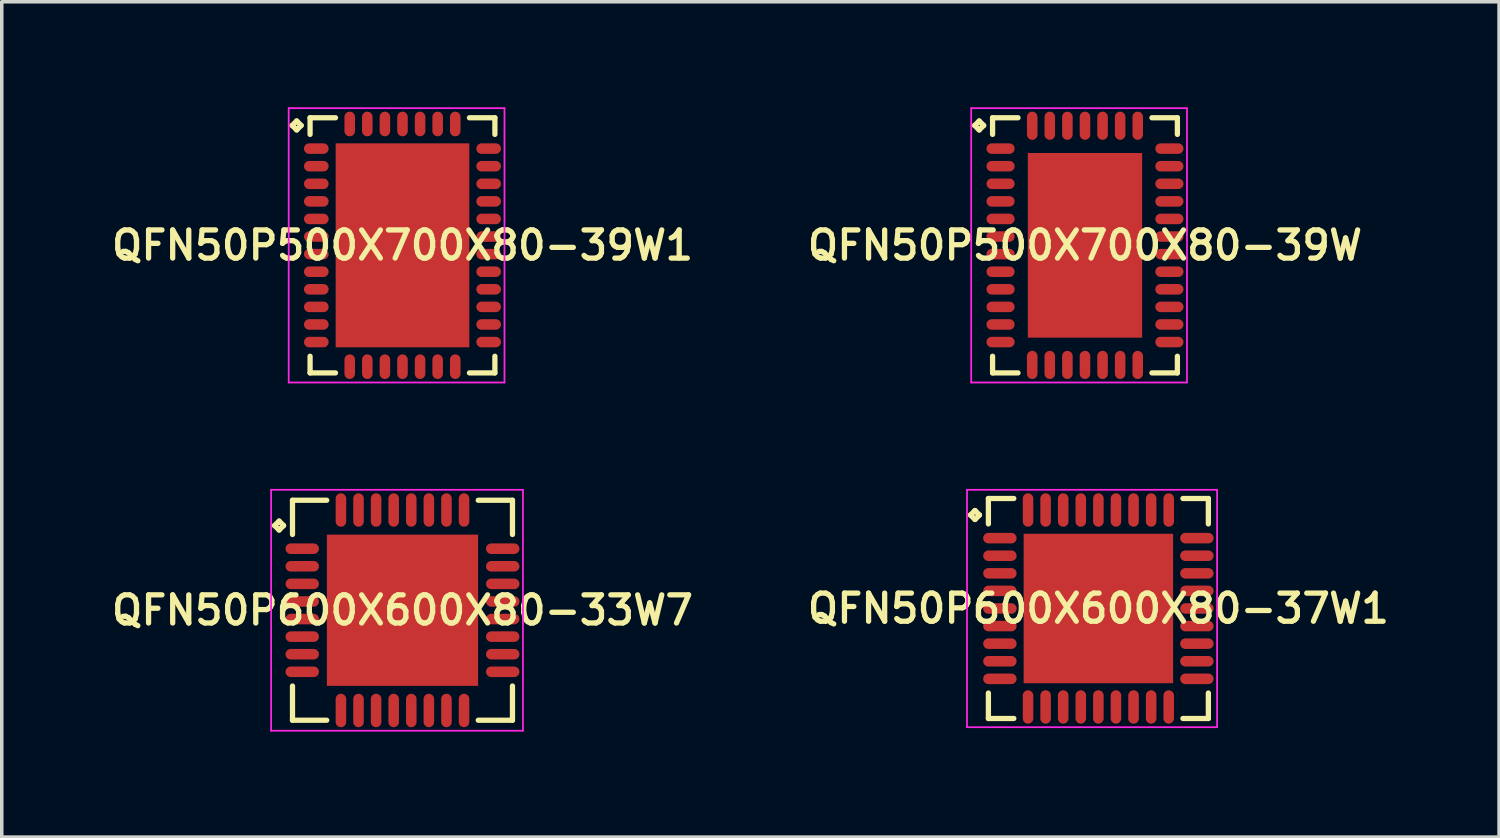
<source format=kicad_pcb>
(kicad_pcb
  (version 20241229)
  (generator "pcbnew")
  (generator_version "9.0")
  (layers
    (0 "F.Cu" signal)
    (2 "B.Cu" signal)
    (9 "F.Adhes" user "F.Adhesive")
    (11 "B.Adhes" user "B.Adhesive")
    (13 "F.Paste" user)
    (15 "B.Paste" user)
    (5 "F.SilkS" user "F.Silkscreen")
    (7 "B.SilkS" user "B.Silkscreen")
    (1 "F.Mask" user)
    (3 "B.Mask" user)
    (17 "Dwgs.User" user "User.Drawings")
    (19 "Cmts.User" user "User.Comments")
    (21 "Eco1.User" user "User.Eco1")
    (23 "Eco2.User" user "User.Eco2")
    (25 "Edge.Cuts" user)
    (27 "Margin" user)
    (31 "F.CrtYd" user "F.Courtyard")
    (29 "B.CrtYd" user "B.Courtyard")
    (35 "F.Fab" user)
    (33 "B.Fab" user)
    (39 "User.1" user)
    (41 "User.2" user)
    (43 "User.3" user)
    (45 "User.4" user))
  (footprint "QFN50P500X700X80-39W"
    (layer "F.Cu")
    (at 27.797 3.925)
    (property "Reference" "QFN50P500X700X80-39W" (at 0 0 0) (layer "F.SilkS") (effects (font (size 0.8 0.8) (thickness 0.15))))
    (attr smd)
    (fp_line (start -3.135 -3.408) (end -3.008 -3.535) (stroke (width 0.15) (type solid)) (layer "F.SilkS"))
    (fp_line (start -3.008 -3.535) (end -2.881 -3.408) (stroke (width 0.15) (type solid)) (layer "F.SilkS"))
    (fp_line (start -3.008 -3.281) (end -3.135 -3.408) (stroke (width 0.15) (type solid)) (layer "F.SilkS"))
    (fp_line (start -2.881 -3.408) (end -3.008 -3.281) (stroke (width 0.15) (type solid)) (layer "F.SilkS"))
    (fp_line (start -2.627 -3.627) (end -1.904 -3.627) (stroke (width 0.15) (type solid)) (layer "F.SilkS"))
    (fp_line (start -2.627 -3.154) (end -2.627 -3.627) (stroke (width 0.15) (type solid)) (layer "F.SilkS"))
    (fp_line (start -2.627 3.154) (end -2.627 3.627) (stroke (width 0.15) (type solid)) (layer "F.SilkS"))
    (fp_line (start -2.627 3.627) (end -1.904 3.627) (stroke (width 0.15) (type solid)) (layer "F.SilkS"))
    (fp_line (start 1.904 -3.627) (end 2.627 -3.627) (stroke (width 0.15) (type solid)) (layer "F.SilkS"))
    (fp_line (start 1.904 3.627) (end 2.627 3.627) (stroke (width 0.15) (type solid)) (layer "F.SilkS"))
    (fp_line (start 2.627 -3.627) (end 2.627 -3.154) (stroke (width 0.15) (type solid)) (layer "F.SilkS"))
    (fp_line (start 2.627 3.627) (end 2.627 3.154) (stroke (width 0.15) (type solid)) (layer "F.SilkS"))
    (fp_line (start -3.235 -3.9) (end 2.9 -3.9) (stroke (width 0.05) (type solid)) (layer "F.CrtYd"))
    (fp_line (start -3.235 3.9) (end -3.235 -3.9) (stroke (width 0.05) (type solid)) (layer "F.CrtYd"))
    (fp_line (start 2.9 -3.9) (end 2.9 3.9) (stroke (width 0.05) (type solid)) (layer "F.CrtYd"))
    (fp_line (start 2.9 3.9) (end -3.235 3.9) (stroke (width 0.05) (type solid)) (layer "F.CrtYd"))
    (pad "1" smd oval (at -2.4 -2.75) (size 0.8 0.3) (layers "F.Cu" "F.Mask" "F.Paste"))
    (pad "2" smd oval (at -2.4 -2.25) (size 0.8 0.3) (layers "F.Cu" "F.Mask" "F.Paste"))
    (pad "3" smd oval (at -2.4 -1.75) (size 0.8 0.3) (layers "F.Cu" "F.Mask" "F.Paste"))
    (pad "4" smd oval (at -2.4 -1.25) (size 0.8 0.3) (layers "F.Cu" "F.Mask" "F.Paste"))
    (pad "5" smd oval (at -2.4 -0.75) (size 0.8 0.3) (layers "F.Cu" "F.Mask" "F.Paste"))
    (pad "6" smd oval (at -2.4 -0.25) (size 0.8 0.3) (layers "F.Cu" "F.Mask" "F.Paste"))
    (pad "7" smd oval (at -2.4 0.25) (size 0.8 0.3) (layers "F.Cu" "F.Mask" "F.Paste"))
    (pad "8" smd oval (at -2.4 0.75) (size 0.8 0.3) (layers "F.Cu" "F.Mask" "F.Paste"))
    (pad "9" smd oval (at -2.4 1.25) (size 0.8 0.3) (layers "F.Cu" "F.Mask" "F.Paste"))
    (pad "10" smd oval (at -2.4 1.75) (size 0.8 0.3) (layers "F.Cu" "F.Mask" "F.Paste"))
    (pad "11" smd oval (at -2.4 2.25) (size 0.8 0.3) (layers "F.Cu" "F.Mask" "F.Paste"))
    (pad "12" smd oval (at -2.4 2.75) (size 0.8 0.3) (layers "F.Cu" "F.Mask" "F.Paste"))
    (pad "13" smd oval (at -1.5 3.4) (size 0.3 0.8) (layers "F.Cu" "F.Mask" "F.Paste"))
    (pad "14" smd oval (at -1 3.4) (size 0.3 0.8) (layers "F.Cu" "F.Mask" "F.Paste"))
    (pad "15" smd oval (at -0.5 3.4) (size 0.3 0.8) (layers "F.Cu" "F.Mask" "F.Paste"))
    (pad "16" smd oval (at 0 3.4) (size 0.3 0.8) (layers "F.Cu" "F.Mask" "F.Paste"))
    (pad "17" smd oval (at 0.5 3.4) (size 0.3 0.8) (layers "F.Cu" "F.Mask" "F.Paste"))
    (pad "18" smd oval (at 1 3.4) (size 0.3 0.8) (layers "F.Cu" "F.Mask" "F.Paste"))
    (pad "19" smd oval (at 1.5 3.4) (size 0.3 0.8) (layers "F.Cu" "F.Mask" "F.Paste"))
    (pad "20" smd oval (at 2.4 2.75) (size 0.8 0.3) (layers "F.Cu" "F.Mask" "F.Paste"))
    (pad "21" smd oval (at 2.4 2.25) (size 0.8 0.3) (layers "F.Cu" "F.Mask" "F.Paste"))
    (pad "22" smd oval (at 2.4 1.75) (size 0.8 0.3) (layers "F.Cu" "F.Mask" "F.Paste"))
    (pad "23" smd oval (at 2.4 1.25) (size 0.8 0.3) (layers "F.Cu" "F.Mask" "F.Paste"))
    (pad "24" smd oval (at 2.4 0.75) (size 0.8 0.3) (layers "F.Cu" "F.Mask" "F.Paste"))
    (pad "25" smd oval (at 2.4 0.25) (size 0.8 0.3) (layers "F.Cu" "F.Mask" "F.Paste"))
    (pad "26" smd oval (at 2.4 -0.25) (size 0.8 0.3) (layers "F.Cu" "F.Mask" "F.Paste"))
    (pad "27" smd oval (at 2.4 -0.75) (size 0.8 0.3) (layers "F.Cu" "F.Mask" "F.Paste"))
    (pad "28" smd oval (at 2.4 -1.25) (size 0.8 0.3) (layers "F.Cu" "F.Mask" "F.Paste"))
    (pad "29" smd oval (at 2.4 -1.75) (size 0.8 0.3) (layers "F.Cu" "F.Mask" "F.Paste"))
    (pad "30" smd oval (at 2.4 -2.25) (size 0.8 0.3) (layers "F.Cu" "F.Mask" "F.Paste"))
    (pad "31" smd oval (at 2.4 -2.75) (size 0.8 0.3) (layers "F.Cu" "F.Mask" "F.Paste"))
    (pad "32" smd oval (at 1.5 -3.4) (size 0.3 0.8) (layers "F.Cu" "F.Mask" "F.Paste"))
    (pad "33" smd oval (at 1 -3.4) (size 0.3 0.8) (layers "F.Cu" "F.Mask" "F.Paste"))
    (pad "34" smd oval (at 0.5 -3.4) (size 0.3 0.8) (layers "F.Cu" "F.Mask" "F.Paste"))
    (pad "35" smd oval (at 0 -3.4) (size 0.3 0.8) (layers "F.Cu" "F.Mask" "F.Paste"))
    (pad "36" smd oval (at -0.5 -3.4) (size 0.3 0.8) (layers "F.Cu" "F.Mask" "F.Paste"))
    (pad "37" smd oval (at -1 -3.4) (size 0.3 0.8) (layers "F.Cu" "F.Mask" "F.Paste"))
    (pad "38" smd oval (at -1.5 -3.4) (size 0.3 0.8) (layers "F.Cu" "F.Mask" "F.Paste"))
    (pad "39" smd rect (at 0 0) (size 3.25 5.25) (layers "F.Cu" "F.Mask" "F.Paste")))
  (footprint "QFN50P500X700X80-39W1"
    (layer "F.Cu")
    (at 8.393 3.925)
    (property "Reference" "QFN50P500X700X80-39W1" (at 0 0 0) (layer "F.SilkS") (effects (font (size 0.8 0.8) (thickness 0.15))))
    (attr smd)
    (fp_line (start -3.135 -3.408) (end -3.008 -3.535) (stroke (width 0.15) (type solid)) (layer "F.SilkS"))
    (fp_line (start -3.008 -3.535) (end -2.881 -3.408) (stroke (width 0.15) (type solid)) (layer "F.SilkS"))
    (fp_line (start -3.008 -3.281) (end -3.135 -3.408) (stroke (width 0.15) (type solid)) (layer "F.SilkS"))
    (fp_line (start -2.881 -3.408) (end -3.008 -3.281) (stroke (width 0.15) (type solid)) (layer "F.SilkS"))
    (fp_line (start -2.627 -3.627) (end -1.904 -3.627) (stroke (width 0.15) (type solid)) (layer "F.SilkS"))
    (fp_line (start -2.627 -3.154) (end -2.627 -3.627) (stroke (width 0.15) (type solid)) (layer "F.SilkS"))
    (fp_line (start -2.627 3.154) (end -2.627 3.627) (stroke (width 0.15) (type solid)) (layer "F.SilkS"))
    (fp_line (start -2.627 3.627) (end -1.904 3.627) (stroke (width 0.15) (type solid)) (layer "F.SilkS"))
    (fp_line (start 1.904 -3.627) (end 2.627 -3.627) (stroke (width 0.15) (type solid)) (layer "F.SilkS"))
    (fp_line (start 1.904 3.627) (end 2.627 3.627) (stroke (width 0.15) (type solid)) (layer "F.SilkS"))
    (fp_line (start 2.627 -3.627) (end 2.627 -3.154) (stroke (width 0.15) (type solid)) (layer "F.SilkS"))
    (fp_line (start 2.627 3.627) (end 2.627 3.154) (stroke (width 0.15) (type solid)) (layer "F.SilkS"))
    (fp_line (start -3.235 -3.9) (end 2.9 -3.9) (stroke (width 0.05) (type solid)) (layer "F.CrtYd"))
    (fp_line (start -3.235 3.9) (end -3.235 -3.9) (stroke (width 0.05) (type solid)) (layer "F.CrtYd"))
    (fp_line (start 2.9 -3.9) (end 2.9 3.9) (stroke (width 0.05) (type solid)) (layer "F.CrtYd"))
    (fp_line (start 2.9 3.9) (end -3.235 3.9) (stroke (width 0.05) (type solid)) (layer "F.CrtYd"))
    (pad "1" smd oval (at -2.45 -2.75) (size 0.7 0.3) (layers "F.Cu" "F.Mask" "F.Paste"))
    (pad "2" smd oval (at -2.45 -2.25) (size 0.7 0.3) (layers "F.Cu" "F.Mask" "F.Paste"))
    (pad "3" smd oval (at -2.45 -1.75) (size 0.7 0.3) (layers "F.Cu" "F.Mask" "F.Paste"))
    (pad "4" smd oval (at -2.45 -1.25) (size 0.7 0.3) (layers "F.Cu" "F.Mask" "F.Paste"))
    (pad "5" smd oval (at -2.45 -0.75) (size 0.7 0.3) (layers "F.Cu" "F.Mask" "F.Paste"))
    (pad "6" smd oval (at -2.45 -0.25) (size 0.7 0.3) (layers "F.Cu" "F.Mask" "F.Paste"))
    (pad "7" smd oval (at -2.45 0.25) (size 0.7 0.3) (layers "F.Cu" "F.Mask" "F.Paste"))
    (pad "8" smd oval (at -2.45 0.75) (size 0.7 0.3) (layers "F.Cu" "F.Mask" "F.Paste"))
    (pad "9" smd oval (at -2.45 1.25) (size 0.7 0.3) (layers "F.Cu" "F.Mask" "F.Paste"))
    (pad "10" smd oval (at -2.45 1.75) (size 0.7 0.3) (layers "F.Cu" "F.Mask" "F.Paste"))
    (pad "11" smd oval (at -2.45 2.25) (size 0.7 0.3) (layers "F.Cu" "F.Mask" "F.Paste"))
    (pad "12" smd oval (at -2.45 2.75) (size 0.7 0.3) (layers "F.Cu" "F.Mask" "F.Paste"))
    (pad "13" smd oval (at -1.5 3.45) (size 0.3 0.7) (layers "F.Cu" "F.Mask" "F.Paste"))
    (pad "14" smd oval (at -1 3.45) (size 0.3 0.7) (layers "F.Cu" "F.Mask" "F.Paste"))
    (pad "15" smd oval (at -0.5 3.45) (size 0.3 0.7) (layers "F.Cu" "F.Mask" "F.Paste"))
    (pad "16" smd oval (at 0 3.45) (size 0.3 0.7) (layers "F.Cu" "F.Mask" "F.Paste"))
    (pad "17" smd oval (at 0.5 3.45) (size 0.3 0.7) (layers "F.Cu" "F.Mask" "F.Paste"))
    (pad "18" smd oval (at 1 3.45) (size 0.3 0.7) (layers "F.Cu" "F.Mask" "F.Paste"))
    (pad "19" smd oval (at 1.5 3.45) (size 0.3 0.7) (layers "F.Cu" "F.Mask" "F.Paste"))
    (pad "20" smd oval (at 2.45 2.75) (size 0.7 0.3) (layers "F.Cu" "F.Mask" "F.Paste"))
    (pad "21" smd oval (at 2.45 2.25) (size 0.7 0.3) (layers "F.Cu" "F.Mask" "F.Paste"))
    (pad "22" smd oval (at 2.45 1.75) (size 0.7 0.3) (layers "F.Cu" "F.Mask" "F.Paste"))
    (pad "23" smd oval (at 2.45 1.25) (size 0.7 0.3) (layers "F.Cu" "F.Mask" "F.Paste"))
    (pad "24" smd oval (at 2.45 0.75) (size 0.7 0.3) (layers "F.Cu" "F.Mask" "F.Paste"))
    (pad "25" smd oval (at 2.45 0.25) (size 0.7 0.3) (layers "F.Cu" "F.Mask" "F.Paste"))
    (pad "26" smd oval (at 2.45 -0.25) (size 0.7 0.3) (layers "F.Cu" "F.Mask" "F.Paste"))
    (pad "27" smd oval (at 2.45 -0.75) (size 0.7 0.3) (layers "F.Cu" "F.Mask" "F.Paste"))
    (pad "28" smd oval (at 2.45 -1.25) (size 0.7 0.3) (layers "F.Cu" "F.Mask" "F.Paste"))
    (pad "29" smd oval (at 2.45 -1.75) (size 0.7 0.3) (layers "F.Cu" "F.Mask" "F.Paste"))
    (pad "30" smd oval (at 2.45 -2.25) (size 0.7 0.3) (layers "F.Cu" "F.Mask" "F.Paste"))
    (pad "31" smd oval (at 2.45 -2.75) (size 0.7 0.3) (layers "F.Cu" "F.Mask" "F.Paste"))
    (pad "32" smd oval (at 1.5 -3.45) (size 0.3 0.7) (layers "F.Cu" "F.Mask" "F.Paste"))
    (pad "33" smd oval (at 1 -3.45) (size 0.3 0.7) (layers "F.Cu" "F.Mask" "F.Paste"))
    (pad "34" smd oval (at 0.5 -3.45) (size 0.3 0.7) (layers "F.Cu" "F.Mask" "F.Paste"))
    (pad "35" smd oval (at 0 -3.45) (size 0.3 0.7) (layers "F.Cu" "F.Mask" "F.Paste"))
    (pad "36" smd oval (at -0.5 -3.45) (size 0.3 0.7) (layers "F.Cu" "F.Mask" "F.Paste"))
    (pad "37" smd oval (at -1 -3.45) (size 0.3 0.7) (layers "F.Cu" "F.Mask" "F.Paste"))
    (pad "38" smd oval (at -1.5 -3.45) (size 0.3 0.7) (layers "F.Cu" "F.Mask" "F.Paste"))
    (pad "39" smd rect (at 0 0) (size 3.8 5.8) (layers "F.Cu" "F.Mask" "F.Paste")))
  (footprint "QFN50P600X600X80-33W7"
    (layer "F.Cu")
    (at 8.393 14.3)
    (property "Reference" "QFN50P600X600X80-33W7" (at 0 0 0) (layer "F.SilkS") (effects (font (size 0.8 0.8) (thickness 0.15))))
    (attr smd)
    (fp_line (start -3.635 -2.408) (end -3.508 -2.535) (stroke (width 0.15) (type solid)) (layer "F.SilkS"))
    (fp_line (start -3.508 -2.535) (end -3.381 -2.408) (stroke (width 0.15) (type solid)) (layer "F.SilkS"))
    (fp_line (start -3.508 -2.281) (end -3.635 -2.408) (stroke (width 0.15) (type solid)) (layer "F.SilkS"))
    (fp_line (start -3.381 -2.408) (end -3.508 -2.281) (stroke (width 0.15) (type solid)) (layer "F.SilkS"))
    (fp_line (start -3.127 -3.127) (end -2.154 -3.127) (stroke (width 0.15) (type solid)) (layer "F.SilkS"))
    (fp_line (start -3.127 -2.154) (end -3.127 -3.127) (stroke (width 0.15) (type solid)) (layer "F.SilkS"))
    (fp_line (start -3.127 2.154) (end -3.127 3.127) (stroke (width 0.15) (type solid)) (layer "F.SilkS"))
    (fp_line (start -3.127 3.127) (end -2.154 3.127) (stroke (width 0.15) (type solid)) (layer "F.SilkS"))
    (fp_line (start 2.154 -3.127) (end 3.127 -3.127) (stroke (width 0.15) (type solid)) (layer "F.SilkS"))
    (fp_line (start 2.154 3.127) (end 3.127 3.127) (stroke (width 0.15) (type solid)) (layer "F.SilkS"))
    (fp_line (start 3.127 -3.127) (end 3.127 -2.154) (stroke (width 0.15) (type solid)) (layer "F.SilkS"))
    (fp_line (start 3.127 3.127) (end 3.127 2.154) (stroke (width 0.15) (type solid)) (layer "F.SilkS"))
    (fp_line (start -3.735 -3.425) (end 3.425 -3.425) (stroke (width 0.05) (type solid)) (layer "F.CrtYd"))
    (fp_line (start -3.735 3.425) (end -3.735 -3.425) (stroke (width 0.05) (type solid)) (layer "F.CrtYd"))
    (fp_line (start 3.425 -3.425) (end 3.425 3.425) (stroke (width 0.05) (type solid)) (layer "F.CrtYd"))
    (fp_line (start 3.425 3.425) (end -3.735 3.425) (stroke (width 0.05) (type solid)) (layer "F.CrtYd"))
    (pad "1" smd oval (at -2.85 -1.75) (size 0.95 0.3) (layers "F.Cu" "F.Mask" "F.Paste"))
    (pad "2" smd oval (at -2.85 -1.25) (size 0.95 0.3) (layers "F.Cu" "F.Mask" "F.Paste"))
    (pad "3" smd oval (at -2.85 -0.75) (size 0.95 0.3) (layers "F.Cu" "F.Mask" "F.Paste"))
    (pad "4" smd oval (at -2.85 -0.25) (size 0.95 0.3) (layers "F.Cu" "F.Mask" "F.Paste"))
    (pad "5" smd oval (at -2.85 0.25) (size 0.95 0.3) (layers "F.Cu" "F.Mask" "F.Paste"))
    (pad "6" smd oval (at -2.85 0.75) (size 0.95 0.3) (layers "F.Cu" "F.Mask" "F.Paste"))
    (pad "7" smd oval (at -2.85 1.25) (size 0.95 0.3) (layers "F.Cu" "F.Mask" "F.Paste"))
    (pad "8" smd oval (at -2.85 1.75) (size 0.95 0.3) (layers "F.Cu" "F.Mask" "F.Paste"))
    (pad "9" smd oval (at -1.75 2.85) (size 0.3 0.95) (layers "F.Cu" "F.Mask" "F.Paste"))
    (pad "10" smd oval (at -1.25 2.85) (size 0.3 0.95) (layers "F.Cu" "F.Mask" "F.Paste"))
    (pad "11" smd oval (at -0.75 2.85) (size 0.3 0.95) (layers "F.Cu" "F.Mask" "F.Paste"))
    (pad "12" smd oval (at -0.25 2.85) (size 0.3 0.95) (layers "F.Cu" "F.Mask" "F.Paste"))
    (pad "13" smd oval (at 0.25 2.85) (size 0.3 0.95) (layers "F.Cu" "F.Mask" "F.Paste"))
    (pad "14" smd oval (at 0.75 2.85) (size 0.3 0.95) (layers "F.Cu" "F.Mask" "F.Paste"))
    (pad "15" smd oval (at 1.25 2.85) (size 0.3 0.95) (layers "F.Cu" "F.Mask" "F.Paste"))
    (pad "16" smd oval (at 1.75 2.85) (size 0.3 0.95) (layers "F.Cu" "F.Mask" "F.Paste"))
    (pad "17" smd oval (at 2.85 1.75) (size 0.95 0.3) (layers "F.Cu" "F.Mask" "F.Paste"))
    (pad "18" smd oval (at 2.85 1.25) (size 0.95 0.3) (layers "F.Cu" "F.Mask" "F.Paste"))
    (pad "19" smd oval (at 2.85 0.75) (size 0.95 0.3) (layers "F.Cu" "F.Mask" "F.Paste"))
    (pad "20" smd oval (at 2.85 0.25) (size 0.95 0.3) (layers "F.Cu" "F.Mask" "F.Paste"))
    (pad "21" smd oval (at 2.85 -0.25) (size 0.95 0.3) (layers "F.Cu" "F.Mask" "F.Paste"))
    (pad "22" smd oval (at 2.85 -0.75) (size 0.95 0.3) (layers "F.Cu" "F.Mask" "F.Paste"))
    (pad "23" smd oval (at 2.85 -1.25) (size 0.95 0.3) (layers "F.Cu" "F.Mask" "F.Paste"))
    (pad "24" smd oval (at 2.85 -1.75) (size 0.95 0.3) (layers "F.Cu" "F.Mask" "F.Paste"))
    (pad "25" smd oval (at 1.75 -2.85) (size 0.3 0.95) (layers "F.Cu" "F.Mask" "F.Paste"))
    (pad "26" smd oval (at 1.25 -2.85) (size 0.3 0.95) (layers "F.Cu" "F.Mask" "F.Paste"))
    (pad "27" smd oval (at 0.75 -2.85) (size 0.3 0.95) (layers "F.Cu" "F.Mask" "F.Paste"))
    (pad "28" smd oval (at 0.25 -2.85) (size 0.3 0.95) (layers "F.Cu" "F.Mask" "F.Paste"))
    (pad "29" smd oval (at -0.25 -2.85) (size 0.3 0.95) (layers "F.Cu" "F.Mask" "F.Paste"))
    (pad "30" smd oval (at -0.75 -2.85) (size 0.3 0.95) (layers "F.Cu" "F.Mask" "F.Paste"))
    (pad "31" smd oval (at -1.25 -2.85) (size 0.3 0.95) (layers "F.Cu" "F.Mask" "F.Paste"))
    (pad "32" smd oval (at -1.75 -2.85) (size 0.3 0.95) (layers "F.Cu" "F.Mask" "F.Paste"))
    (pad "33" smd rect (at 0 0) (size 4.3 4.3) (layers "F.Cu" "F.Mask" "F.Paste")))
  (footprint "QFN50P600X600X80-37W1"
    (layer "F.Cu")
    (at 28.178 14.25)
    (property "Reference" "QFN50P600X600X80-37W1" (at 0 0 0) (layer "F.SilkS") (effects (font (size 0.8 0.8) (thickness 0.15))))
    (attr smd)
    (fp_line (start -3.635 -2.658) (end -3.508 -2.785) (stroke (width 0.15) (type solid)) (layer "F.SilkS"))
    (fp_line (start -3.508 -2.785) (end -3.381 -2.658) (stroke (width 0.15) (type solid)) (layer "F.SilkS"))
    (fp_line (start -3.508 -2.531) (end -3.635 -2.658) (stroke (width 0.15) (type solid)) (layer "F.SilkS"))
    (fp_line (start -3.381 -2.658) (end -3.508 -2.531) (stroke (width 0.15) (type solid)) (layer "F.SilkS"))
    (fp_line (start -3.127 -3.127) (end -2.404 -3.127) (stroke (width 0.15) (type solid)) (layer "F.SilkS"))
    (fp_line (start -3.127 -2.404) (end -3.127 -3.127) (stroke (width 0.15) (type solid)) (layer "F.SilkS"))
    (fp_line (start -3.127 2.404) (end -3.127 3.127) (stroke (width 0.15) (type solid)) (layer "F.SilkS"))
    (fp_line (start -3.127 3.127) (end -2.404 3.127) (stroke (width 0.15) (type solid)) (layer "F.SilkS"))
    (fp_line (start 2.404 -3.127) (end 3.127 -3.127) (stroke (width 0.15) (type solid)) (layer "F.SilkS"))
    (fp_line (start 2.404 3.127) (end 3.127 3.127) (stroke (width 0.15) (type solid)) (layer "F.SilkS"))
    (fp_line (start 3.127 -3.127) (end 3.127 -2.404) (stroke (width 0.15) (type solid)) (layer "F.SilkS"))
    (fp_line (start 3.127 3.127) (end 3.127 2.404) (stroke (width 0.15) (type solid)) (layer "F.SilkS"))
    (fp_line (start -3.735 -3.375) (end 3.375 -3.375) (stroke (width 0.05) (type solid)) (layer "F.CrtYd"))
    (fp_line (start -3.735 3.375) (end -3.735 -3.375) (stroke (width 0.05) (type solid)) (layer "F.CrtYd"))
    (fp_line (start 3.375 -3.375) (end 3.375 3.375) (stroke (width 0.05) (type solid)) (layer "F.CrtYd"))
    (fp_line (start 3.375 3.375) (end -3.735 3.375) (stroke (width 0.05) (type solid)) (layer "F.CrtYd"))
    (pad "1" smd oval (at -2.8 -2) (size 0.95 0.3) (layers "F.Cu" "F.Mask" "F.Paste"))
    (pad "2" smd oval (at -2.8 -1.5) (size 0.95 0.3) (layers "F.Cu" "F.Mask" "F.Paste"))
    (pad "3" smd oval (at -2.8 -1) (size 0.95 0.3) (layers "F.Cu" "F.Mask" "F.Paste"))
    (pad "4" smd oval (at -2.8 -0.5) (size 0.95 0.3) (layers "F.Cu" "F.Mask" "F.Paste"))
    (pad "5" smd oval (at -2.8 0) (size 0.95 0.3) (layers "F.Cu" "F.Mask" "F.Paste"))
    (pad "6" smd oval (at -2.8 0.5) (size 0.95 0.3) (layers "F.Cu" "F.Mask" "F.Paste"))
    (pad "7" smd oval (at -2.8 1) (size 0.95 0.3) (layers "F.Cu" "F.Mask" "F.Paste"))
    (pad "8" smd oval (at -2.8 1.5) (size 0.95 0.3) (layers "F.Cu" "F.Mask" "F.Paste"))
    (pad "9" smd oval (at -2.8 2) (size 0.95 0.3) (layers "F.Cu" "F.Mask" "F.Paste"))
    (pad "10" smd oval (at -2 2.8) (size 0.3 0.95) (layers "F.Cu" "F.Mask" "F.Paste"))
    (pad "11" smd oval (at -1.5 2.8) (size 0.3 0.95) (layers "F.Cu" "F.Mask" "F.Paste"))
    (pad "12" smd oval (at -1 2.8) (size 0.3 0.95) (layers "F.Cu" "F.Mask" "F.Paste"))
    (pad "13" smd oval (at -0.5 2.8) (size 0.3 0.95) (layers "F.Cu" "F.Mask" "F.Paste"))
    (pad "14" smd oval (at 0 2.8) (size 0.3 0.95) (layers "F.Cu" "F.Mask" "F.Paste"))
    (pad "15" smd oval (at 0.5 2.8) (size 0.3 0.95) (layers "F.Cu" "F.Mask" "F.Paste"))
    (pad "16" smd oval (at 1 2.8) (size 0.3 0.95) (layers "F.Cu" "F.Mask" "F.Paste"))
    (pad "17" smd oval (at 1.5 2.8) (size 0.3 0.95) (layers "F.Cu" "F.Mask" "F.Paste"))
    (pad "18" smd oval (at 2 2.8) (size 0.3 0.95) (layers "F.Cu" "F.Mask" "F.Paste"))
    (pad "19" smd oval (at 2.8 2) (size 0.95 0.3) (layers "F.Cu" "F.Mask" "F.Paste"))
    (pad "20" smd oval (at 2.8 1.5) (size 0.95 0.3) (layers "F.Cu" "F.Mask" "F.Paste"))
    (pad "21" smd oval (at 2.8 1) (size 0.95 0.3) (layers "F.Cu" "F.Mask" "F.Paste"))
    (pad "22" smd oval (at 2.8 0.5) (size 0.95 0.3) (layers "F.Cu" "F.Mask" "F.Paste"))
    (pad "23" smd oval (at 2.8 0) (size 0.95 0.3) (layers "F.Cu" "F.Mask" "F.Paste"))
    (pad "24" smd oval (at 2.8 -0.5) (size 0.95 0.3) (layers "F.Cu" "F.Mask" "F.Paste"))
    (pad "25" smd oval (at 2.8 -1) (size 0.95 0.3) (layers "F.Cu" "F.Mask" "F.Paste"))
    (pad "26" smd oval (at 2.8 -1.5) (size 0.95 0.3) (layers "F.Cu" "F.Mask" "F.Paste"))
    (pad "27" smd oval (at 2.8 -2) (size 0.95 0.3) (layers "F.Cu" "F.Mask" "F.Paste"))
    (pad "28" smd oval (at 2 -2.8) (size 0.3 0.95) (layers "F.Cu" "F.Mask" "F.Paste"))
    (pad "29" smd oval (at 1.5 -2.8) (size 0.3 0.95) (layers "F.Cu" "F.Mask" "F.Paste"))
    (pad "30" smd oval (at 1 -2.8) (size 0.3 0.95) (layers "F.Cu" "F.Mask" "F.Paste"))
    (pad "31" smd oval (at 0.5 -2.8) (size 0.3 0.95) (layers "F.Cu" "F.Mask" "F.Paste"))
    (pad "32" smd oval (at 0 -2.8) (size 0.3 0.95) (layers "F.Cu" "F.Mask" "F.Paste"))
    (pad "33" smd oval (at -0.5 -2.8) (size 0.3 0.95) (layers "F.Cu" "F.Mask" "F.Paste"))
    (pad "34" smd oval (at -1 -2.8) (size 0.3 0.95) (layers "F.Cu" "F.Mask" "F.Paste"))
    (pad "35" smd oval (at -1.5 -2.8) (size 0.3 0.95) (layers "F.Cu" "F.Mask" "F.Paste"))
    (pad "36" smd oval (at -2 -2.8) (size 0.3 0.95) (layers "F.Cu" "F.Mask" "F.Paste"))
    (pad "37" smd rect (at 0 0) (size 4.25 4.25) (layers "F.Cu" "F.Mask" "F.Paste")))
  (gr_rect
    (start -3 -3)
    (end 39.57 20.75)
    (stroke (width 0.1) (type default))
    (fill no)
    (layer "Edge.Cuts")))
</source>
